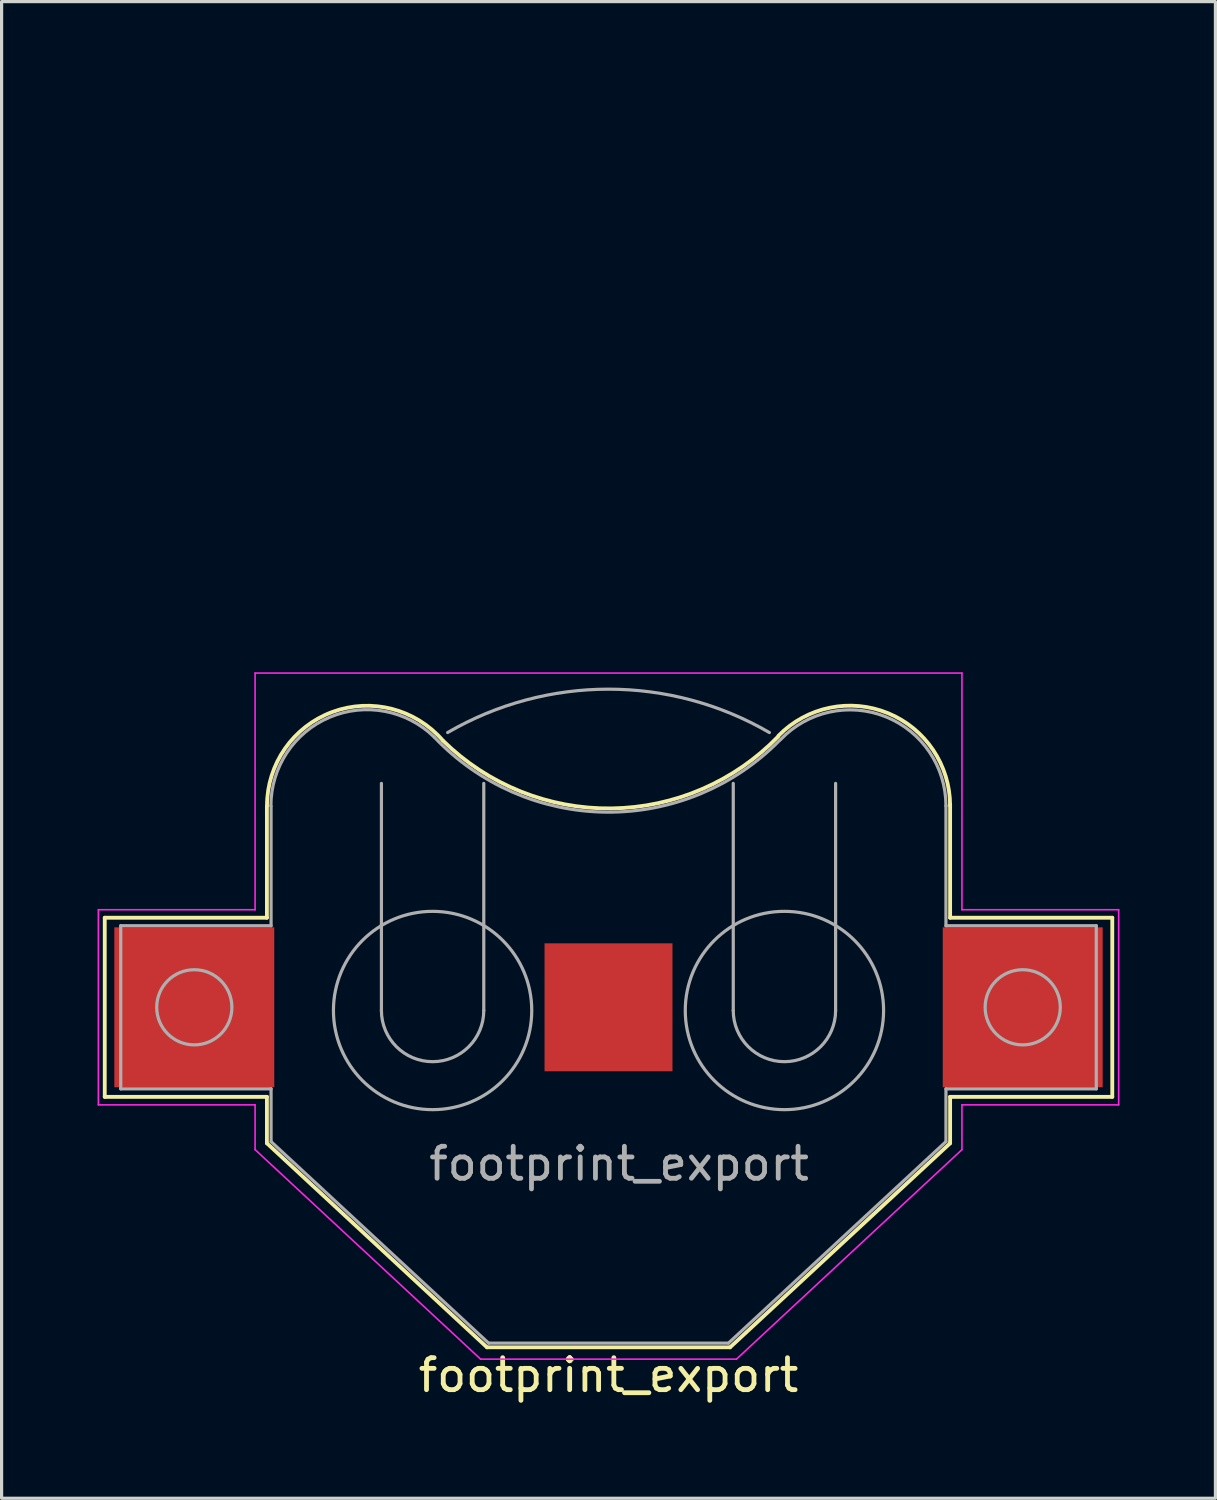
<source format=kicad_pcb>
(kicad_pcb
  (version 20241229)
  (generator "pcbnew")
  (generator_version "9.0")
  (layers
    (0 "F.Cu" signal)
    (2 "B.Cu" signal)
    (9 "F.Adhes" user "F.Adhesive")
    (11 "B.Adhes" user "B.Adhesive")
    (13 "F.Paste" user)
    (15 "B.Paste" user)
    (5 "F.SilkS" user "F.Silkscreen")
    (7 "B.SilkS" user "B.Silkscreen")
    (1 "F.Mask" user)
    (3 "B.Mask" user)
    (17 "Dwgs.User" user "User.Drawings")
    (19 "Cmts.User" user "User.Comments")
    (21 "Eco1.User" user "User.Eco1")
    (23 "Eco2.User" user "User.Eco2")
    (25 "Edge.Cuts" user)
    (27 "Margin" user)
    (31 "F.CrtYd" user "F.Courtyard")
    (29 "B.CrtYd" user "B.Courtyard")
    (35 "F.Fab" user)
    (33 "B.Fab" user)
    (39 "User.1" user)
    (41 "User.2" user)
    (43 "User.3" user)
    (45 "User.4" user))
  (footprint "footprint_export"
    (layer "F.Cu")
    (at 15.975 28.443)
    (property "Reference" "footprint_export" (at 0 11.5 0) (layer "F.SilkS") (effects (font (size 1 1) (thickness 0.15))))
    (attr smd)
    (fp_line (start -15.75 -2.8) (end -10.68 -2.8) (stroke (width 0.12) (type solid)) (layer "F.SilkS"))
    (fp_line (start -15.75 2.8) (end -15.75 -2.8) (stroke (width 0.12) (type solid)) (layer "F.SilkS"))
    (fp_line (start -15.75 2.8) (end -10.68 2.8) (stroke (width 0.12) (type solid)) (layer "F.SilkS"))
    (fp_line (start -10.68 -2.8) (end -10.68 -6.28) (stroke (width 0.12) (type solid)) (layer "F.SilkS"))
    (fp_line (start -10.68 2.8) (end -10.68 4.25) (stroke (width 0.12) (type solid)) (layer "F.SilkS"))
    (fp_line (start -10.68 4.25) (end -3.8 10.63) (stroke (width 0.12) (type solid)) (layer "F.SilkS"))
    (fp_line (start 3.8 10.63) (end -3.8 10.63) (stroke (width 0.12) (type solid)) (layer "F.SilkS"))
    (fp_line (start 10.68 -2.8) (end 10.68 -6.35) (stroke (width 0.12) (type solid)) (layer "F.SilkS"))
    (fp_line (start 10.68 2.8) (end 10.68 4.25) (stroke (width 0.12) (type solid)) (layer "F.SilkS"))
    (fp_line (start 10.68 2.8) (end 15.75 2.8) (stroke (width 0.12) (type solid)) (layer "F.SilkS"))
    (fp_line (start 10.68 4.25) (end 3.8 10.63) (stroke (width 0.12) (type solid)) (layer "F.SilkS"))
    (fp_line (start 15.75 -2.8) (end 10.68 -2.8) (stroke (width 0.12) (type solid)) (layer "F.SilkS"))
    (fp_line (start 15.75 2.8) (end 15.75 -2.8) (stroke (width 0.12) (type solid)) (layer "F.SilkS"))
    (fp_arc (start -10.677058 -6.3) (mid -8.637972 -9.23169) (end -5.180001 -8.339999) (stroke (width 0.12) (type solid)) (layer "F.SilkS"))
    (fp_arc (start 5.306422 -8.467392) (mid 0.096808 -6.218103) (end -5.169999 -8.330001) (stroke (width 0.12) (type solid)) (layer "F.SilkS"))
    (fp_arc (start 5.316452 -8.492753) (mid 8.734461 -9.197232) (end 10.68 -6.3) (stroke (width 0.12) (type solid)) (layer "F.SilkS"))
    (fp_line (start -15.95 -3.05) (end -15.95 3.05) (stroke (width 0.05) (type solid)) (layer "F.CrtYd"))
    (fp_line (start -15.95 -3.05) (end -11.05 -3.05) (stroke (width 0.05) (type solid)) (layer "F.CrtYd"))
    (fp_line (start -15.95 3.05) (end -11.05 3.05) (stroke (width 0.05) (type solid)) (layer "F.CrtYd"))
    (fp_line (start -11.05 -10.45) (end 11.05 -10.45) (stroke (width 0.05) (type solid)) (layer "F.CrtYd"))
    (fp_line (start -11.05 -3.05) (end -11.05 -10.45) (stroke (width 0.05) (type solid)) (layer "F.CrtYd"))
    (fp_line (start -11.05 3.05) (end -11.05 4.45) (stroke (width 0.05) (type solid)) (layer "F.CrtYd"))
    (fp_line (start -11.05 4.45) (end -4 11) (stroke (width 0.05) (type solid)) (layer "F.CrtYd"))
    (fp_line (start -4 11) (end 4 11) (stroke (width 0.05) (type solid)) (layer "F.CrtYd"))
    (fp_line (start 4 11) (end 11.05 4.45) (stroke (width 0.05) (type solid)) (layer "F.CrtYd"))
    (fp_line (start 11.05 -3.05) (end 11.05 -10.45) (stroke (width 0.05) (type solid)) (layer "F.CrtYd"))
    (fp_line (start 11.05 -3.05) (end 15.95 -3.05) (stroke (width 0.05) (type solid)) (layer "F.CrtYd"))
    (fp_line (start 11.05 3.05) (end 11.05 4.45) (stroke (width 0.05) (type solid)) (layer "F.CrtYd"))
    (fp_line (start 11.05 3.05) (end 15.95 3.05) (stroke (width 0.05) (type solid)) (layer "F.CrtYd"))
    (fp_line (start 15.95 3.05) (end 15.95 -3.05) (stroke (width 0.05) (type solid)) (layer "F.CrtYd"))
    (fp_line (start -15.25 -2.55) (end -15.25 2.55) (stroke (width 0.1) (type solid)) (layer "F.Fab"))
    (fp_line (start -15.25 -2.55) (end -10.55 -2.55) (stroke (width 0.1) (type solid)) (layer "F.Fab"))
    (fp_line (start -15.25 2.55) (end -10.55 2.55) (stroke (width 0.1) (type solid)) (layer "F.Fab"))
    (fp_line (start -10.55 -6.29) (end -10.55 -2.55) (stroke (width 0.1) (type solid)) (layer "F.Fab"))
    (fp_line (start -10.55 2.55) (end -10.55 4.2) (stroke (width 0.1) (type solid)) (layer "F.Fab"))
    (fp_line (start -10.55 4.2) (end -3.75 10.5) (stroke (width 0.1) (type solid)) (layer "F.Fab"))
    (fp_line (start -7.1 0.1) (end -7.1 -7) (stroke (width 0.1) (type solid)) (layer "F.Fab"))
    (fp_line (start -3.9 0.1) (end -3.9 -7) (stroke (width 0.1) (type solid)) (layer "F.Fab"))
    (fp_line (start -3.75 10.5) (end 3.75 10.5) (stroke (width 0.1) (type solid)) (layer "F.Fab"))
    (fp_line (start 3.9 0.1) (end 3.9 -7) (stroke (width 0.1) (type solid)) (layer "F.Fab"))
    (fp_line (start 7.1 0.1) (end 7.1 -7) (stroke (width 0.1) (type solid)) (layer "F.Fab"))
    (fp_line (start 10.55 -6.3) (end 10.55 -2.55) (stroke (width 0.1) (type solid)) (layer "F.Fab"))
    (fp_line (start 10.55 -2.55) (end 15.25 -2.55) (stroke (width 0.1) (type solid)) (layer "F.Fab"))
    (fp_line (start 10.55 2.55) (end 10.55 4.2) (stroke (width 0.1) (type solid)) (layer "F.Fab"))
    (fp_line (start 10.55 2.55) (end 15.25 2.55) (stroke (width 0.1) (type solid)) (layer "F.Fab"))
    (fp_line (start 10.55 4.2) (end 3.75 10.5) (stroke (width 0.1) (type solid)) (layer "F.Fab"))
    (fp_line (start 15.25 2.55) (end 15.25 -2.55) (stroke (width 0.1) (type solid)) (layer "F.Fab"))
    (fp_arc (start -10.55541 -6.3) (mid -8.716433 -9.069824) (end -5.450001 -8.449999) (stroke (width 0.1) (type solid)) (layer "F.Fab"))
    (fp_arc (start -5.03 -8.59) (mid 0.000119 -9.946168) (end 5.030206 -8.58988) (stroke (width 0.1) (type default)) (layer "F.Fab"))
    (fp_arc (start -3.9 0.1) (mid -5.5 1.7) (end -7.1 0.1) (stroke (width 0.1) (type solid)) (layer "F.Fab"))
    (fp_arc (start 5.351903 -8.348132) (mid -0.070711 -6.102001) (end -5.449999 -8.450001) (stroke (width 0.1) (type solid)) (layer "F.Fab"))
    (fp_arc (start 5.376326 -8.367641) (mid 8.663323 -9.085769) (end 10.55 -6.3) (stroke (width 0.1) (type solid)) (layer "F.Fab"))
    (fp_arc (start 7.1 0.1) (mid 5.5 1.7) (end 3.9 0.1) (stroke (width 0.1) (type solid)) (layer "F.Fab"))
    (fp_circle (center -12.95 0) (end -11.775 0) (stroke (width 0.1) (type solid)) (fill no) (layer "F.Fab"))
    (fp_circle (center -5.5 0.1) (end -2.4 0.1) (stroke (width 0.1) (type solid)) (fill no) (layer "F.Fab"))
    (fp_circle (center 5.5 0.1) (end 8.6 0.1) (stroke (width 0.1) (type solid)) (fill no) (layer "F.Fab"))
    (fp_circle (center 12.95 0) (end 14.125 0) (stroke (width 0.1) (type solid)) (fill no) (layer "F.Fab"))
    (fp_text user "${REFERENCE}" (at 0.33 4.89 0) (layer "F.Fab") (effects (font (size 1 1) (thickness 0.15))))
    (pad "1" smd rect (at -12.95 0) (size 5 5) (layers "F.Cu" "F.Mask" "F.Paste"))
    (pad "1" smd rect (at 12.95 0) (size 5 5) (layers "F.Cu" "F.Mask" "F.Paste"))
    (pad "2" smd rect (at 0 0) (size 4 4) (layers "F.Cu" "F.Mask" "F.Paste"))
    (zone (net_name "") (layers "F.Cu" "F.Fab") (hatch edge 0.5) (connect_pads) (min_thickness 0.25) (filled_areas_thickness no) (keepout (tracks allowed) (vias allowed) (pads allowed) (copperpour allowed) (footprints not_allowed)) (placement (enabled no)) (fill) (polygon (pts (xy 16.944 0.04) (xy 17.589 0.12) (xy 18.228 0.239) (xy 18.858 0.398) (xy 19.477 0.595) (xy 20.083 0.829) (xy 20.674 1.101) (xy 21.246 1.408) (xy 21.798 1.751) (xy 22.329 2.126) (xy 22.835 2.533) (xy 23.315 2.971) (xy 23.768 3.438) (xy 24.19 3.931) (xy 24.582 4.45) (xy 24.941 4.991) (xy 25.266 5.554) (xy 25.555 6.136) (xy 25.809 6.734) (xy 26.025 7.347) (xy 26.202 7.972) (xy 26.341 8.607) (xy 26.441 9.249) (xy 26.501 9.896) (xy 26.521 10.545) (xy 26.501 11.195) (xy 26.441 11.842) (xy 26.341 12.484) (xy 26.202 13.118) (xy 26.025 13.743) (xy 25.809 14.356) (xy 25.555 14.955) (xy 25.266 15.536) (xy 24.941 16.099) (xy 24.582 16.641) (xy 24.19 17.159) (xy 23.768 17.653) (xy 23.315 18.119) (xy 22.835 18.557) (xy 22.329 18.964) (xy 21.798 19.34) (xy 21.246 19.682) (xy 20.674 19.989) (xy 20.083 20.261) (xy 19.477 20.496) (xy 18.858 20.692) (xy 18.228 20.851) (xy 17.589 20.97) (xy 16.944 21.05) (xy 16.296 21.09) (xy 15.646 21.09) (xy 14.998 21.05) (xy 14.353 20.97) (xy 13.714 20.851) (xy 13.084 20.692) (xy 12.465 20.496) (xy 11.859 20.261) (xy 11.268 19.989) (xy 10.696 19.682) (xy 10.143 19.34) (xy 9.613 18.964) (xy 9.107 18.557) (xy 8.627 18.119) (xy 8.174 17.653) (xy 7.752 17.159) (xy 7.36 16.641) (xy 7.001 16.099) (xy 6.676 15.536) (xy 6.387 14.955) (xy 6.133 14.356) (xy 5.917 13.743) (xy 5.739 13.118) (xy 5.6 12.484) (xy 5.501 11.842) (xy 5.441 11.195) (xy 5.421 10.545) (xy 5.441 9.896) (xy 5.501 9.249) (xy 5.6 8.607) (xy 5.739 7.972) (xy 5.917 7.347) (xy 6.133 6.734) (xy 6.387 6.136) (xy 6.676 5.554) (xy 7.001 4.991) (xy 7.36 4.45) (xy 7.752 3.931) (xy 8.174 3.438) (xy 8.627 2.971) (xy 9.107 2.533) (xy 9.613 2.126) (xy 10.143 1.751) (xy 10.696 1.408) (xy 11.268 1.101) (xy 11.859 0.829) (xy 12.465 0.595) (xy 13.084 0.398) (xy 13.714 0.239) (xy 14.353 0.12) (xy 14.998 0.04) (xy 15.646 0) (xy 16.296 0)))))
  (gr_rect
    (start -3 -3)
    (end 34.95 43.792)
    (stroke (width 0.1) (type default))
    (fill no)
    (layer "Edge.Cuts")))
</source>
